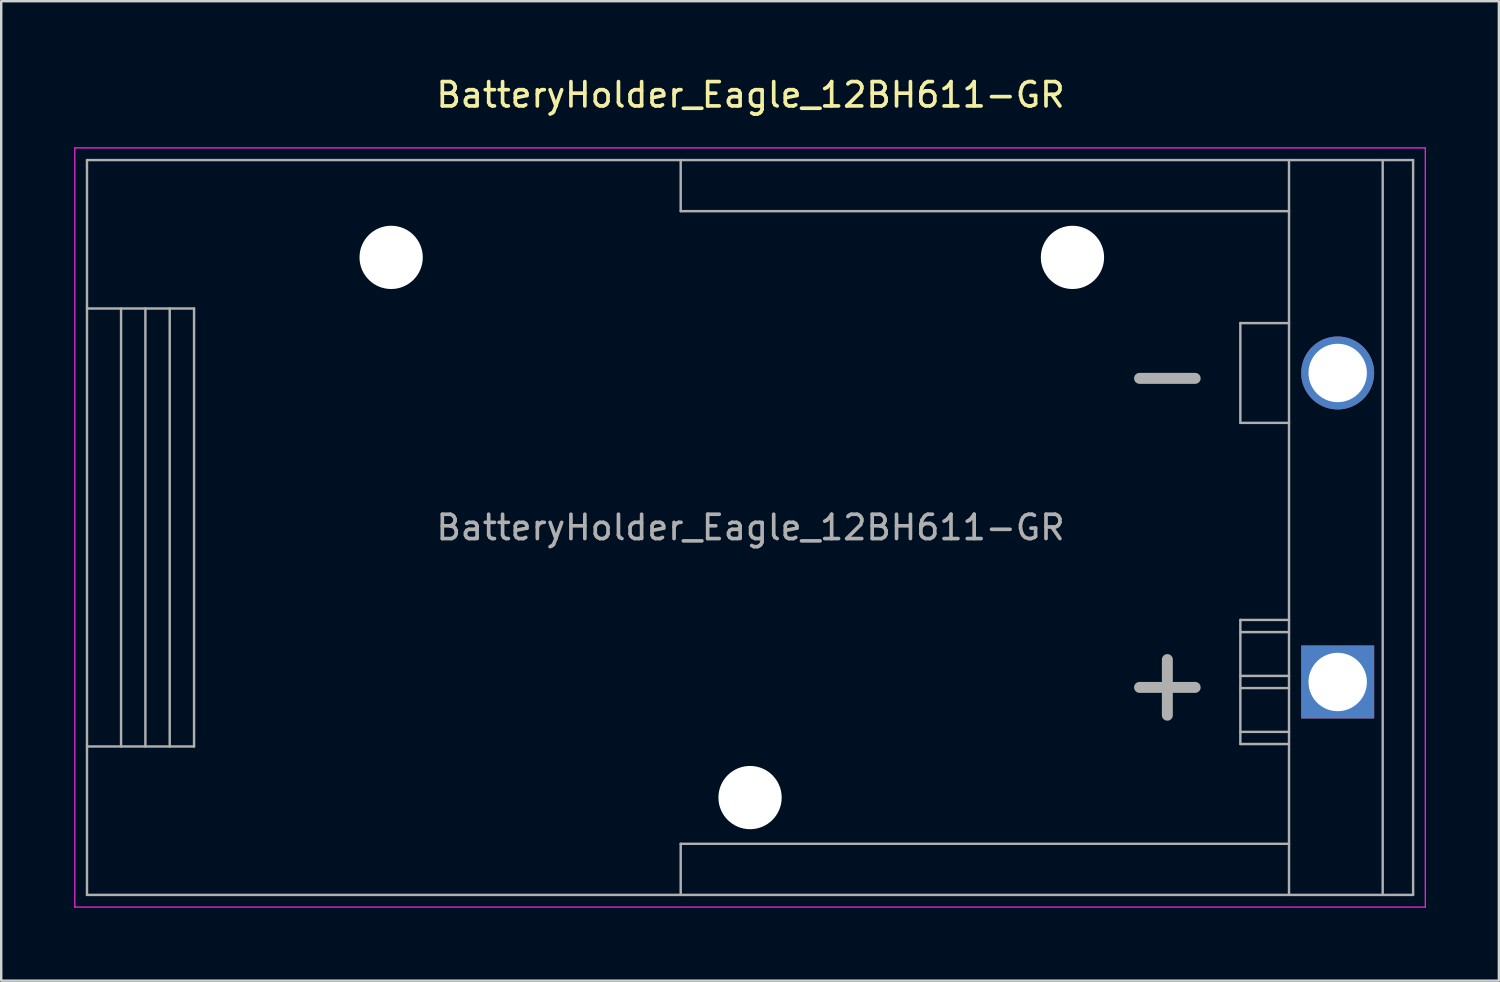
<source format=kicad_pcb>
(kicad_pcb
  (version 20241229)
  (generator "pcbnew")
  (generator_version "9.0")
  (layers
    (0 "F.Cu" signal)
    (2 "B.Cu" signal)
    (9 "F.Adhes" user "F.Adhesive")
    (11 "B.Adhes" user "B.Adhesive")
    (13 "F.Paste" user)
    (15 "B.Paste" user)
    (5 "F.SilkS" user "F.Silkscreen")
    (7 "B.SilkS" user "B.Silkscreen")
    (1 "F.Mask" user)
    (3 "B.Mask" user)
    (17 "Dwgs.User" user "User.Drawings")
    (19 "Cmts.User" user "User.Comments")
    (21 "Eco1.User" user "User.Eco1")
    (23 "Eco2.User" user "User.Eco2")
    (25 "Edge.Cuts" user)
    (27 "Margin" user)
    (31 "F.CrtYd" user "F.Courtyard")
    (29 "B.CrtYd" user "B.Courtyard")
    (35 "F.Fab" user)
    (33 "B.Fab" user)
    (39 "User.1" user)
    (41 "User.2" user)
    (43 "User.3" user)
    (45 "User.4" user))
  (footprint "BatteryHolder_Eagle_12BH611-GR"
    (layer "F.Cu")
    (at 51.925 24.978)
    (property "Reference" "BatteryHolder_Eagle_12BH611-GR" (at -24.13 -24.13 0) (layer "F.SilkS") (effects (font (size 1 1) (thickness 0.15))))
    (attr through_hole)
    (fp_line (start -51.9 -21.95) (end 3.6 -21.95) (stroke (width 0.05) (type solid)) (layer "F.CrtYd"))
    (fp_line (start -51.9 9.25) (end -51.9 -21.95) (stroke (width 0.05) (type solid)) (layer "F.CrtYd"))
    (fp_line (start 3.6 -21.95) (end 3.6 9.25) (stroke (width 0.05) (type solid)) (layer "F.CrtYd"))
    (fp_line (start 3.6 9.25) (end -51.9 9.25) (stroke (width 0.05) (type solid)) (layer "F.CrtYd"))
    (fp_line (start -51.4 -21.45) (end 3.1 -21.45) (stroke (width 0.1) (type solid)) (layer "F.Fab"))
    (fp_line (start -51.4 -15.35) (end -47 -15.35) (stroke (width 0.1) (type solid)) (layer "F.Fab"))
    (fp_line (start -51.4 2.65) (end -47 2.65) (stroke (width 0.1) (type solid)) (layer "F.Fab"))
    (fp_line (start -51.4 8.75) (end -51.4 -21.45) (stroke (width 0.1) (type solid)) (layer "F.Fab"))
    (fp_line (start -50 2.65) (end -50 -15.35) (stroke (width 0.1) (type solid)) (layer "F.Fab"))
    (fp_line (start -49 2.65) (end -49 -15.35) (stroke (width 0.1) (type solid)) (layer "F.Fab"))
    (fp_line (start -48 2.65) (end -48 -15.35) (stroke (width 0.1) (type solid)) (layer "F.Fab"))
    (fp_line (start -47 2.65) (end -47 -15.35) (stroke (width 0.1) (type solid)) (layer "F.Fab"))
    (fp_line (start -27 -19.35) (end -27 -21.45) (stroke (width 0.1) (type solid)) (layer "F.Fab"))
    (fp_line (start -27 6.65) (end -27 8.75) (stroke (width 0.1) (type solid)) (layer "F.Fab"))
    (fp_line (start -4 -14.75) (end -4 -10.65) (stroke (width 0.1) (type solid)) (layer "F.Fab"))
    (fp_line (start -4 -10.65) (end -2 -10.65) (stroke (width 0.1) (type solid)) (layer "F.Fab"))
    (fp_line (start -4 -2.55) (end -4 2.55) (stroke (width 0.1) (type solid)) (layer "F.Fab"))
    (fp_line (start -4 -2.05) (end -2 -2.05) (stroke (width 0.1) (type solid)) (layer "F.Fab"))
    (fp_line (start -4 0.25) (end -2 0.25) (stroke (width 0.1) (type solid)) (layer "F.Fab"))
    (fp_line (start -4 2.55) (end -2 2.55) (stroke (width 0.1) (type solid)) (layer "F.Fab"))
    (fp_line (start -2 -21.45) (end -2 8.75) (stroke (width 0.1) (type solid)) (layer "F.Fab"))
    (fp_line (start -2 -19.35) (end -27 -19.35) (stroke (width 0.1) (type solid)) (layer "F.Fab"))
    (fp_line (start -2 -14.75) (end -4 -14.75) (stroke (width 0.1) (type solid)) (layer "F.Fab"))
    (fp_line (start -2 -2.55) (end -4 -2.55) (stroke (width 0.1) (type solid)) (layer "F.Fab"))
    (fp_line (start -2 -0.25) (end -4 -0.25) (stroke (width 0.1) (type solid)) (layer "F.Fab"))
    (fp_line (start -2 2.05) (end -4 2.05) (stroke (width 0.1) (type solid)) (layer "F.Fab"))
    (fp_line (start -2 6.65) (end -27 6.65) (stroke (width 0.1) (type solid)) (layer "F.Fab"))
    (fp_line (start 1.85 8.75) (end 1.85 -21.45) (stroke (width 0.1) (type solid)) (layer "F.Fab"))
    (fp_line (start 3.1 -21.45) (end 3.1 8.75) (stroke (width 0.1) (type solid)) (layer "F.Fab"))
    (fp_line (start 3.1 8.75) (end -51.4 8.75) (stroke (width 0.1) (type solid)) (layer "F.Fab"))
    (fp_text user "+" (at -7 0 0) (layer "F.Fab") (effects (font (size 3 3) (thickness 0.45))))
    (fp_text user "-" (at -7 -12.7 0) (layer "F.Fab") (effects (font (size 3 3) (thickness 0.45))))
    (fp_text user "${REFERENCE}" (at -24.13 -6.35 180) (layer "F.Fab") (effects (font (size 1 1) (thickness 0.15))))
    (pad "" np_thru_hole circle (at -38.9 -17.45) (size 2.6 2.6) (drill 2.6) (layers "*.Cu" "*.Mask"))
    (pad "" np_thru_hole circle (at -24.15 4.75) (size 2.6 2.6) (drill 2.6) (layers "*.Cu" "*.Mask"))
    (pad "" np_thru_hole circle (at -10.9 -17.45) (size 2.6 2.6) (drill 2.6) (layers "*.Cu" "*.Mask"))
    (pad "1" thru_hole rect (at 0 0) (size 3 3) (drill 2.4) (layers "*.Cu" "*.Mask"))
    (pad "2" thru_hole circle (at 0 -12.7) (size 3 3) (drill 2.4) (layers "*.Cu" "*.Mask")))
  (gr_rect
    (start -3 -3)
    (end 58.55 37.253)
    (stroke (width 0.1) (type default))
    (fill no)
    (layer "Edge.Cuts")))
</source>
